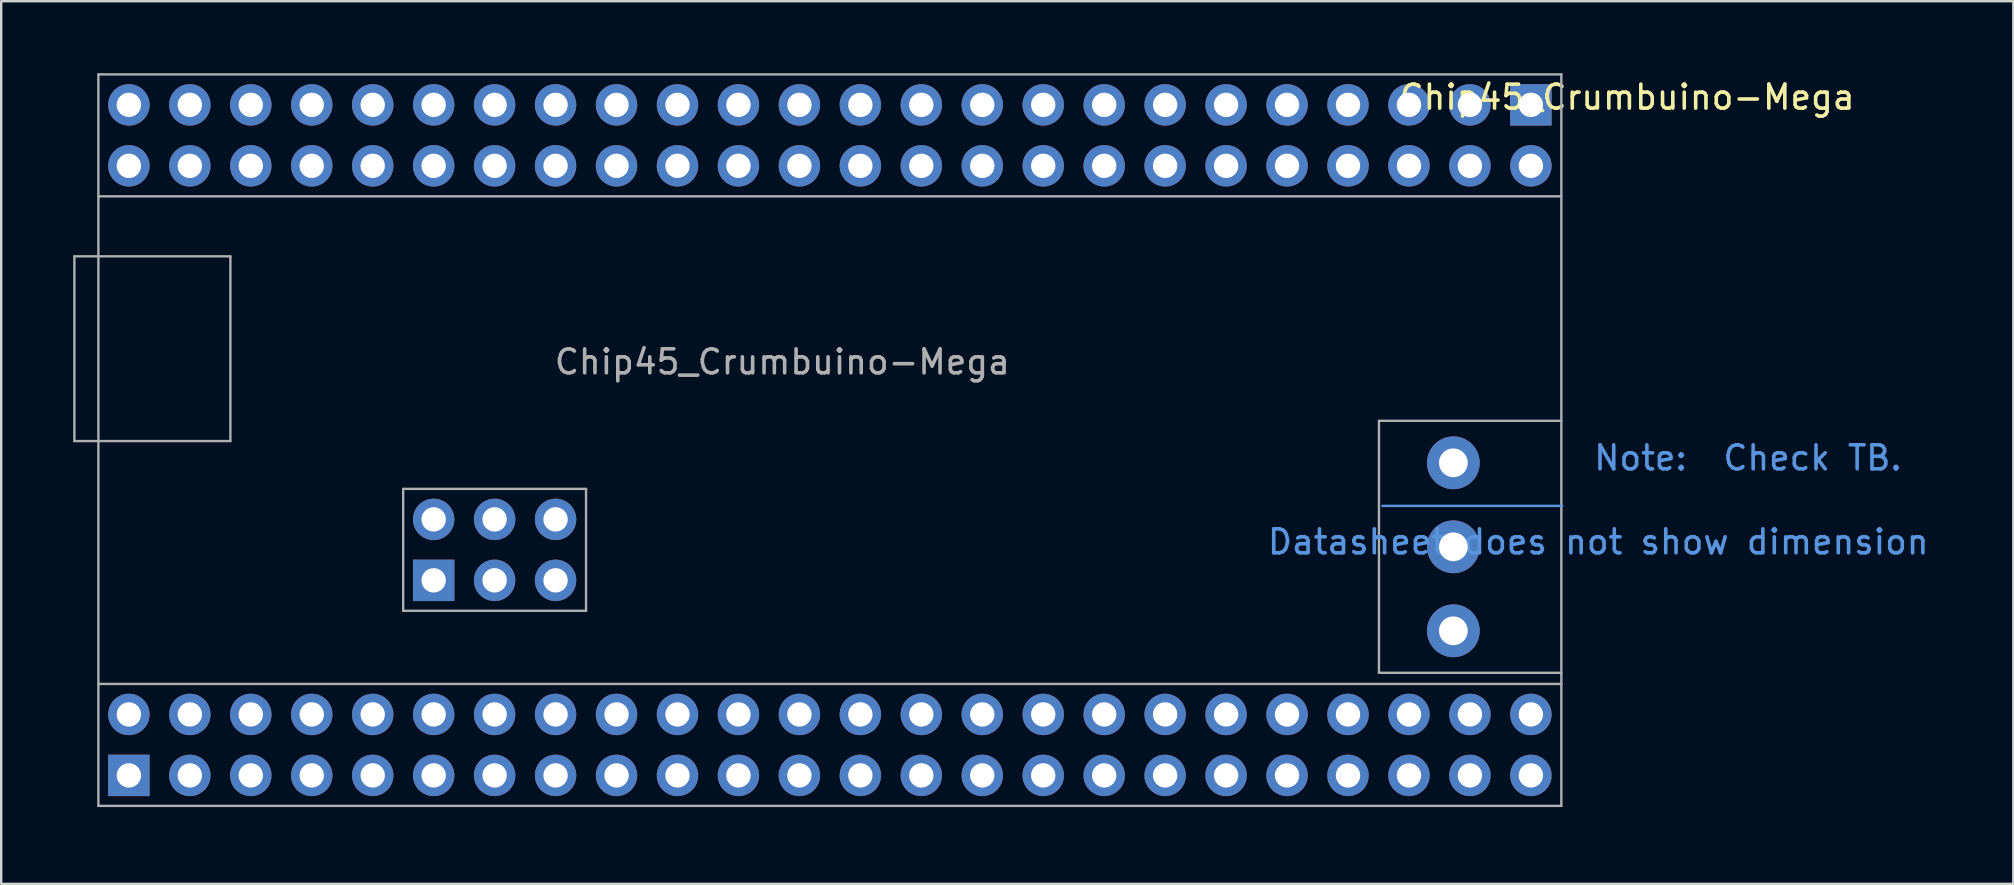
<source format=kicad_pcb>
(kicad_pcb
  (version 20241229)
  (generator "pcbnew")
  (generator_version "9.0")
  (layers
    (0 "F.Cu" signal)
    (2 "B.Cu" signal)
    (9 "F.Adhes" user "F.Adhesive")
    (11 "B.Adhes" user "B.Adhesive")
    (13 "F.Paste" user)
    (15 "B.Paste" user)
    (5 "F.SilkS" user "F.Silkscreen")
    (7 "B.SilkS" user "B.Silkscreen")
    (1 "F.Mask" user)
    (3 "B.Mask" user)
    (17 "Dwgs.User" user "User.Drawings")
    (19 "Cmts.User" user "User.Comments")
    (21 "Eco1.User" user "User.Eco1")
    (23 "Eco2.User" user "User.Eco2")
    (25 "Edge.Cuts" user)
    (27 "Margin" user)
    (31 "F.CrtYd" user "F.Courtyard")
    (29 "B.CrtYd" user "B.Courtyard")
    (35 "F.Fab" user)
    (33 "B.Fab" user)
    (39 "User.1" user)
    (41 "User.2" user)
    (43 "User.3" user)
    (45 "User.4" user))
  (footprint "Chip45_Crumbuino-Mega"
    (layer "F.Cu")
    (at 1.05 30.53)
    (property "Reference" "Chip45_Crumbuino-Mega" (at 28.5 -18.5 0) (layer "F.Fab") (effects (font (size 1 1) (thickness 0.15))))
    (attr through_hole)
    (fp_line (start 53.5 -12.5) (end 61 -12.5) (stroke (width 0.1) (type solid)) (layer "Cmts.User"))
    (fp_line (start -1 -22.9) (end 5.5 -22.9) (stroke (width 0.1) (type solid)) (layer "F.Fab"))
    (fp_line (start -1 -15.2) (end -1 -22.9) (stroke (width 0.1) (type solid)) (layer "F.Fab"))
    (fp_line (start 0 -30.48) (end 60.96 -30.48) (stroke (width 0.1) (type solid)) (layer "F.Fab"))
    (fp_line (start 0 -25.4) (end 60.96 -25.4) (stroke (width 0.1) (type solid)) (layer "F.Fab"))
    (fp_line (start 0 -5.08) (end 60.96 -5.08) (stroke (width 0.1) (type solid)) (layer "F.Fab"))
    (fp_line (start 0 0) (end 0 -30.48) (stroke (width 0.1) (type solid)) (layer "F.Fab"))
    (fp_line (start 0 0) (end 60.96 0) (stroke (width 0.1) (type solid)) (layer "F.Fab"))
    (fp_line (start 5.5 -22.9) (end 5.5 -15.2) (stroke (width 0.1) (type solid)) (layer "F.Fab"))
    (fp_line (start 5.5 -15.2) (end -1 -15.2) (stroke (width 0.1) (type solid)) (layer "F.Fab"))
    (fp_line (start 12.7 -13.208) (end 12.7 -8.128) (stroke (width 0.1) (type solid)) (layer "F.Fab"))
    (fp_line (start 12.7 -8.128) (end 20.32 -8.128) (stroke (width 0.1) (type solid)) (layer "F.Fab"))
    (fp_line (start 20.32 -13.208) (end 12.7 -13.208) (stroke (width 0.1) (type solid)) (layer "F.Fab"))
    (fp_line (start 20.32 -8.128) (end 20.32 -13.208) (stroke (width 0.1) (type solid)) (layer "F.Fab"))
    (fp_line (start 53.36 -16.045) (end 53.36 -5.545) (stroke (width 0.1) (type solid)) (layer "F.Fab"))
    (fp_line (start 53.36 -16.045) (end 60.96 -16.045) (stroke (width 0.1) (type solid)) (layer "F.Fab"))
    (fp_line (start 53.36 -5.545) (end 60.96 -5.545) (stroke (width 0.1) (type solid)) (layer "F.Fab"))
    (fp_line (start 60.96 0) (end 60.96 -30.48) (stroke (width 0.1) (type solid)) (layer "F.Fab"))
    (fp_text user "${REFERENCE}" (at 63.7 -29.53 0) (layer "F.SilkS") (effects (font (size 1 1) (thickness 0.15))))
    (fp_text user "Note:  Check TB.  " (at 69.5 -14.5 0) (layer "Cmts.User") (effects (font (size 1 1) (thickness 0.15))))
    (fp_text user "Datasheet does not show dimension" (at 62.5 -11 0) (layer "Cmts.User") (effects (font (size 1 1) (thickness 0.15))))
    (fp_text user "${REFERENCE}" (at 28 -7 0) (layer "Eco1.User") (effects (font (size 1 1) (thickness 0.1))))
    (pad "1" thru_hole rect (at 1.27 -1.27) (size 1.727 1.727) (drill 1.016) (layers "*.Cu" "*.Mask"))
    (pad "2" thru_hole circle (at 1.27 -3.81) (size 1.727 1.727) (drill 1.016) (layers "*.Cu" "*.Mask"))
    (pad "3" thru_hole circle (at 3.81 -1.27) (size 1.727 1.727) (drill 1.016) (layers "*.Cu" "*.Mask"))
    (pad "4" thru_hole circle (at 3.81 -3.81) (size 1.727 1.727) (drill 1.016) (layers "*.Cu" "*.Mask"))
    (pad "5" thru_hole circle (at 6.35 -1.27) (size 1.727 1.727) (drill 1.016) (layers "*.Cu" "*.Mask"))
    (pad "6" thru_hole circle (at 6.35 -3.81) (size 1.727 1.727) (drill 1.016) (layers "*.Cu" "*.Mask"))
    (pad "7" thru_hole circle (at 8.89 -1.27) (size 1.727 1.727) (drill 1.016) (layers "*.Cu" "*.Mask"))
    (pad "8" thru_hole circle (at 8.89 -3.81) (size 1.727 1.727) (drill 1.016) (layers "*.Cu" "*.Mask"))
    (pad "9" thru_hole circle (at 11.43 -1.27) (size 1.727 1.727) (drill 1.016) (layers "*.Cu" "*.Mask"))
    (pad "10" thru_hole circle (at 11.43 -3.81) (size 1.727 1.727) (drill 1.016) (layers "*.Cu" "*.Mask"))
    (pad "11" thru_hole circle (at 13.97 -1.27) (size 1.727 1.727) (drill 1.016) (layers "*.Cu" "*.Mask"))
    (pad "12" thru_hole circle (at 13.97 -3.81) (size 1.727 1.727) (drill 1.016) (layers "*.Cu" "*.Mask"))
    (pad "13" thru_hole circle (at 16.51 -1.27) (size 1.727 1.727) (drill 1.016) (layers "*.Cu" "*.Mask"))
    (pad "14" thru_hole circle (at 16.51 -3.81) (size 1.727 1.727) (drill 1.016) (layers "*.Cu" "*.Mask"))
    (pad "15" thru_hole circle (at 19.05 -1.27) (size 1.727 1.727) (drill 1.016) (layers "*.Cu" "*.Mask"))
    (pad "16" thru_hole circle (at 19.05 -3.81) (size 1.727 1.727) (drill 1.016) (layers "*.Cu" "*.Mask"))
    (pad "17" thru_hole circle (at 21.59 -1.27) (size 1.727 1.727) (drill 1.016) (layers "*.Cu" "*.Mask"))
    (pad "18" thru_hole circle (at 21.59 -3.81) (size 1.727 1.727) (drill 1.016) (layers "*.Cu" "*.Mask"))
    (pad "19" thru_hole circle (at 24.13 -1.27) (size 1.727 1.727) (drill 1.016) (layers "*.Cu" "*.Mask"))
    (pad "20" thru_hole circle (at 24.13 -3.81) (size 1.727 1.727) (drill 1.016) (layers "*.Cu" "*.Mask"))
    (pad "21" thru_hole circle (at 26.67 -1.27) (size 1.727 1.727) (drill 1.016) (layers "*.Cu" "*.Mask"))
    (pad "22" thru_hole circle (at 26.67 -3.81) (size 1.727 1.727) (drill 1.016) (layers "*.Cu" "*.Mask"))
    (pad "23" thru_hole circle (at 29.21 -1.27) (size 1.727 1.727) (drill 1.016) (layers "*.Cu" "*.Mask"))
    (pad "24" thru_hole circle (at 29.21 -3.81) (size 1.727 1.727) (drill 1.016) (layers "*.Cu" "*.Mask"))
    (pad "25" thru_hole circle (at 31.75 -1.27) (size 1.727 1.727) (drill 1.016) (layers "*.Cu" "*.Mask"))
    (pad "26" thru_hole circle (at 31.75 -3.81) (size 1.727 1.727) (drill 1.016) (layers "*.Cu" "*.Mask"))
    (pad "27" thru_hole circle (at 34.29 -1.27) (size 1.727 1.727) (drill 1.016) (layers "*.Cu" "*.Mask"))
    (pad "28" thru_hole circle (at 34.29 -3.81) (size 1.727 1.727) (drill 1.016) (layers "*.Cu" "*.Mask"))
    (pad "29" thru_hole circle (at 36.83 -1.27) (size 1.727 1.727) (drill 1.016) (layers "*.Cu" "*.Mask"))
    (pad "30" thru_hole circle (at 36.83 -3.81) (size 1.727 1.727) (drill 1.016) (layers "*.Cu" "*.Mask"))
    (pad "31" thru_hole circle (at 39.37 -1.27) (size 1.727 1.727) (drill 1.016) (layers "*.Cu" "*.Mask"))
    (pad "32" thru_hole circle (at 39.37 -3.81) (size 1.727 1.727) (drill 1.016) (layers "*.Cu" "*.Mask"))
    (pad "33" thru_hole circle (at 41.91 -1.27) (size 1.727 1.727) (drill 1.016) (layers "*.Cu" "*.Mask"))
    (pad "34" thru_hole circle (at 41.91 -3.81) (size 1.727 1.727) (drill 1.016) (layers "*.Cu" "*.Mask"))
    (pad "35" thru_hole circle (at 44.45 -1.27) (size 1.727 1.727) (drill 1.016) (layers "*.Cu" "*.Mask"))
    (pad "36" thru_hole circle (at 44.45 -3.81) (size 1.727 1.727) (drill 1.016) (layers "*.Cu" "*.Mask"))
    (pad "37" thru_hole circle (at 46.99 -1.27) (size 1.727 1.727) (drill 1.016) (layers "*.Cu" "*.Mask"))
    (pad "38" thru_hole circle (at 46.99 -3.81) (size 1.727 1.727) (drill 1.016) (layers "*.Cu" "*.Mask"))
    (pad "39" thru_hole circle (at 49.53 -1.27) (size 1.727 1.727) (drill 1.016) (layers "*.Cu" "*.Mask"))
    (pad "40" thru_hole circle (at 49.53 -3.81) (size 1.727 1.727) (drill 1.016) (layers "*.Cu" "*.Mask"))
    (pad "41" thru_hole circle (at 52.07 -1.27) (size 1.727 1.727) (drill 1.016) (layers "*.Cu" "*.Mask"))
    (pad "42" thru_hole circle (at 52.07 -3.81) (size 1.727 1.727) (drill 1.016) (layers "*.Cu" "*.Mask"))
    (pad "43" thru_hole circle (at 54.61 -1.27) (size 1.727 1.727) (drill 1.016) (layers "*.Cu" "*.Mask"))
    (pad "44" thru_hole circle (at 54.61 -3.81) (size 1.727 1.727) (drill 1.016) (layers "*.Cu" "*.Mask"))
    (pad "45" thru_hole circle (at 57.15 -1.27) (size 1.727 1.727) (drill 1.016) (layers "*.Cu" "*.Mask"))
    (pad "46" thru_hole circle (at 57.15 -3.81) (size 1.727 1.727) (drill 1.016) (layers "*.Cu" "*.Mask"))
    (pad "47" thru_hole circle (at 59.69 -1.27) (size 1.727 1.727) (drill 1.016) (layers "*.Cu" "*.Mask"))
    (pad "48" thru_hole circle (at 59.69 -3.81) (size 1.727 1.727) (drill 1.016) (layers "*.Cu" "*.Mask"))
    (pad "49" thru_hole rect (at 59.69 -29.21) (size 1.727 1.727) (drill 1.016) (layers "*.Cu" "*.Mask"))
    (pad "50" thru_hole circle (at 59.69 -26.67) (size 1.727 1.727) (drill 1.016) (layers "*.Cu" "*.Mask"))
    (pad "51" thru_hole circle (at 57.15 -29.21) (size 1.727 1.727) (drill 1.016) (layers "*.Cu" "*.Mask"))
    (pad "52" thru_hole circle (at 57.15 -26.67) (size 1.727 1.727) (drill 1.016) (layers "*.Cu" "*.Mask"))
    (pad "53" thru_hole circle (at 54.61 -29.21) (size 1.727 1.727) (drill 1.016) (layers "*.Cu" "*.Mask"))
    (pad "54" thru_hole circle (at 54.61 -26.67) (size 1.727 1.727) (drill 1.016) (layers "*.Cu" "*.Mask"))
    (pad "55" thru_hole circle (at 52.07 -29.21) (size 1.727 1.727) (drill 1.016) (layers "*.Cu" "*.Mask"))
    (pad "56" thru_hole circle (at 52.07 -26.67) (size 1.727 1.727) (drill 1.016) (layers "*.Cu" "*.Mask"))
    (pad "57" thru_hole circle (at 49.53 -29.21) (size 1.727 1.727) (drill 1.016) (layers "*.Cu" "*.Mask"))
    (pad "58" thru_hole circle (at 49.53 -26.67) (size 1.727 1.727) (drill 1.016) (layers "*.Cu" "*.Mask"))
    (pad "59" thru_hole circle (at 46.99 -29.21) (size 1.727 1.727) (drill 1.016) (layers "*.Cu" "*.Mask"))
    (pad "60" thru_hole circle (at 46.99 -26.67) (size 1.727 1.727) (drill 1.016) (layers "*.Cu" "*.Mask"))
    (pad "61" thru_hole circle (at 44.45 -29.21) (size 1.727 1.727) (drill 1.016) (layers "*.Cu" "*.Mask"))
    (pad "62" thru_hole circle (at 44.45 -26.67) (size 1.727 1.727) (drill 1.016) (layers "*.Cu" "*.Mask"))
    (pad "63" thru_hole circle (at 41.91 -29.21) (size 1.727 1.727) (drill 1.016) (layers "*.Cu" "*.Mask"))
    (pad "64" thru_hole circle (at 41.91 -26.67) (size 1.727 1.727) (drill 1.016) (layers "*.Cu" "*.Mask"))
    (pad "65" thru_hole circle (at 39.37 -29.21) (size 1.727 1.727) (drill 1.016) (layers "*.Cu" "*.Mask"))
    (pad "66" thru_hole circle (at 39.37 -26.67) (size 1.727 1.727) (drill 1.016) (layers "*.Cu" "*.Mask"))
    (pad "67" thru_hole circle (at 36.83 -29.21) (size 1.727 1.727) (drill 1.016) (layers "*.Cu" "*.Mask"))
    (pad "68" thru_hole circle (at 36.83 -26.67) (size 1.727 1.727) (drill 1.016) (layers "*.Cu" "*.Mask"))
    (pad "69" thru_hole circle (at 34.29 -29.21) (size 1.727 1.727) (drill 1.016) (layers "*.Cu" "*.Mask"))
    (pad "70" thru_hole circle (at 34.29 -26.67) (size 1.727 1.727) (drill 1.016) (layers "*.Cu" "*.Mask"))
    (pad "71" thru_hole circle (at 31.75 -29.21) (size 1.727 1.727) (drill 1.016) (layers "*.Cu" "*.Mask"))
    (pad "72" thru_hole circle (at 31.75 -26.67) (size 1.727 1.727) (drill 1.016) (layers "*.Cu" "*.Mask"))
    (pad "73" thru_hole circle (at 29.21 -29.21) (size 1.727 1.727) (drill 1.016) (layers "*.Cu" "*.Mask"))
    (pad "74" thru_hole circle (at 29.21 -26.67) (size 1.727 1.727) (drill 1.016) (layers "*.Cu" "*.Mask"))
    (pad "75" thru_hole circle (at 26.67 -29.21) (size 1.727 1.727) (drill 1.016) (layers "*.Cu" "*.Mask"))
    (pad "76" thru_hole circle (at 26.67 -26.67) (size 1.727 1.727) (drill 1.016) (layers "*.Cu" "*.Mask"))
    (pad "77" thru_hole circle (at 24.13 -29.21) (size 1.727 1.727) (drill 1.016) (layers "*.Cu" "*.Mask"))
    (pad "78" thru_hole circle (at 24.13 -26.67) (size 1.727 1.727) (drill 1.016) (layers "*.Cu" "*.Mask"))
    (pad "79" thru_hole circle (at 21.59 -29.21) (size 1.727 1.727) (drill 1.016) (layers "*.Cu" "*.Mask"))
    (pad "80" thru_hole circle (at 21.59 -26.67) (size 1.727 1.727) (drill 1.016) (layers "*.Cu" "*.Mask"))
    (pad "81" thru_hole circle (at 19.05 -29.21) (size 1.727 1.727) (drill 1.016) (layers "*.Cu" "*.Mask"))
    (pad "82" thru_hole circle (at 19.05 -26.67) (size 1.727 1.727) (drill 1.016) (layers "*.Cu" "*.Mask"))
    (pad "83" thru_hole circle (at 16.51 -29.21) (size 1.727 1.727) (drill 1.016) (layers "*.Cu" "*.Mask"))
    (pad "84" thru_hole circle (at 16.51 -26.67) (size 1.727 1.727) (drill 1.016) (layers "*.Cu" "*.Mask"))
    (pad "85" thru_hole circle (at 13.97 -29.21) (size 1.727 1.727) (drill 1.016) (layers "*.Cu" "*.Mask"))
    (pad "86" thru_hole circle (at 13.97 -26.67) (size 1.727 1.727) (drill 1.016) (layers "*.Cu" "*.Mask"))
    (pad "87" thru_hole circle (at 11.43 -29.21) (size 1.727 1.727) (drill 1.016) (layers "*.Cu" "*.Mask"))
    (pad "88" thru_hole circle (at 11.43 -26.67) (size 1.727 1.727) (drill 1.016) (layers "*.Cu" "*.Mask"))
    (pad "89" thru_hole circle (at 8.89 -29.21) (size 1.727 1.727) (drill 1.016) (layers "*.Cu" "*.Mask"))
    (pad "90" thru_hole circle (at 8.89 -26.67) (size 1.727 1.727) (drill 1.016) (layers "*.Cu" "*.Mask"))
    (pad "91" thru_hole circle (at 6.35 -29.21) (size 1.727 1.727) (drill 1.016) (layers "*.Cu" "*.Mask"))
    (pad "92" thru_hole circle (at 6.35 -26.67) (size 1.727 1.727) (drill 1.016) (layers "*.Cu" "*.Mask"))
    (pad "93" thru_hole circle (at 3.81 -29.21) (size 1.727 1.727) (drill 1.016) (layers "*.Cu" "*.Mask"))
    (pad "94" thru_hole circle (at 3.81 -26.67) (size 1.727 1.727) (drill 1.016) (layers "*.Cu" "*.Mask"))
    (pad "95" thru_hole circle (at 1.27 -29.21) (size 1.727 1.727) (drill 1.016) (layers "*.Cu" "*.Mask"))
    (pad "96" thru_hole circle (at 1.27 -26.67) (size 1.727 1.727) (drill 1.016) (layers "*.Cu" "*.Mask"))
    (pad "97" thru_hole rect (at 13.97 -9.398) (size 1.727 1.727) (drill 1.016) (layers "*.Cu" "*.Mask"))
    (pad "98" thru_hole circle (at 13.97 -11.938) (size 1.727 1.727) (drill 1.016) (layers "*.Cu" "*.Mask"))
    (pad "99" thru_hole circle (at 16.51 -9.398) (size 1.727 1.727) (drill 1.016) (layers "*.Cu" "*.Mask"))
    (pad "100" thru_hole circle (at 16.51 -11.938) (size 1.727 1.727) (drill 1.016) (layers "*.Cu" "*.Mask"))
    (pad "101" thru_hole circle (at 19.05 -9.398) (size 1.727 1.727) (drill 1.016) (layers "*.Cu" "*.Mask"))
    (pad "102" thru_hole circle (at 19.05 -11.938) (size 1.727 1.727) (drill 1.016) (layers "*.Cu" "*.Mask"))
    (pad "103" thru_hole circle (at 56.46 -7.295) (size 2.2 2.2) (drill 1.2) (layers "*.Cu" "*.Mask"))
    (pad "104" thru_hole circle (at 56.46 -10.795) (size 2.2 2.2) (drill 1.2) (layers "*.Cu" "*.Mask"))
    (pad "105" thru_hole circle (at 56.46 -14.295) (size 2.2 2.2) (drill 1.2) (layers "*.Cu" "*.Mask")))
  (gr_rect
    (start -3 -3)
    (end 80.842 33.78)
    (stroke (width 0.1) (type default))
    (fill no)
    (layer "Edge.Cuts")))
</source>
